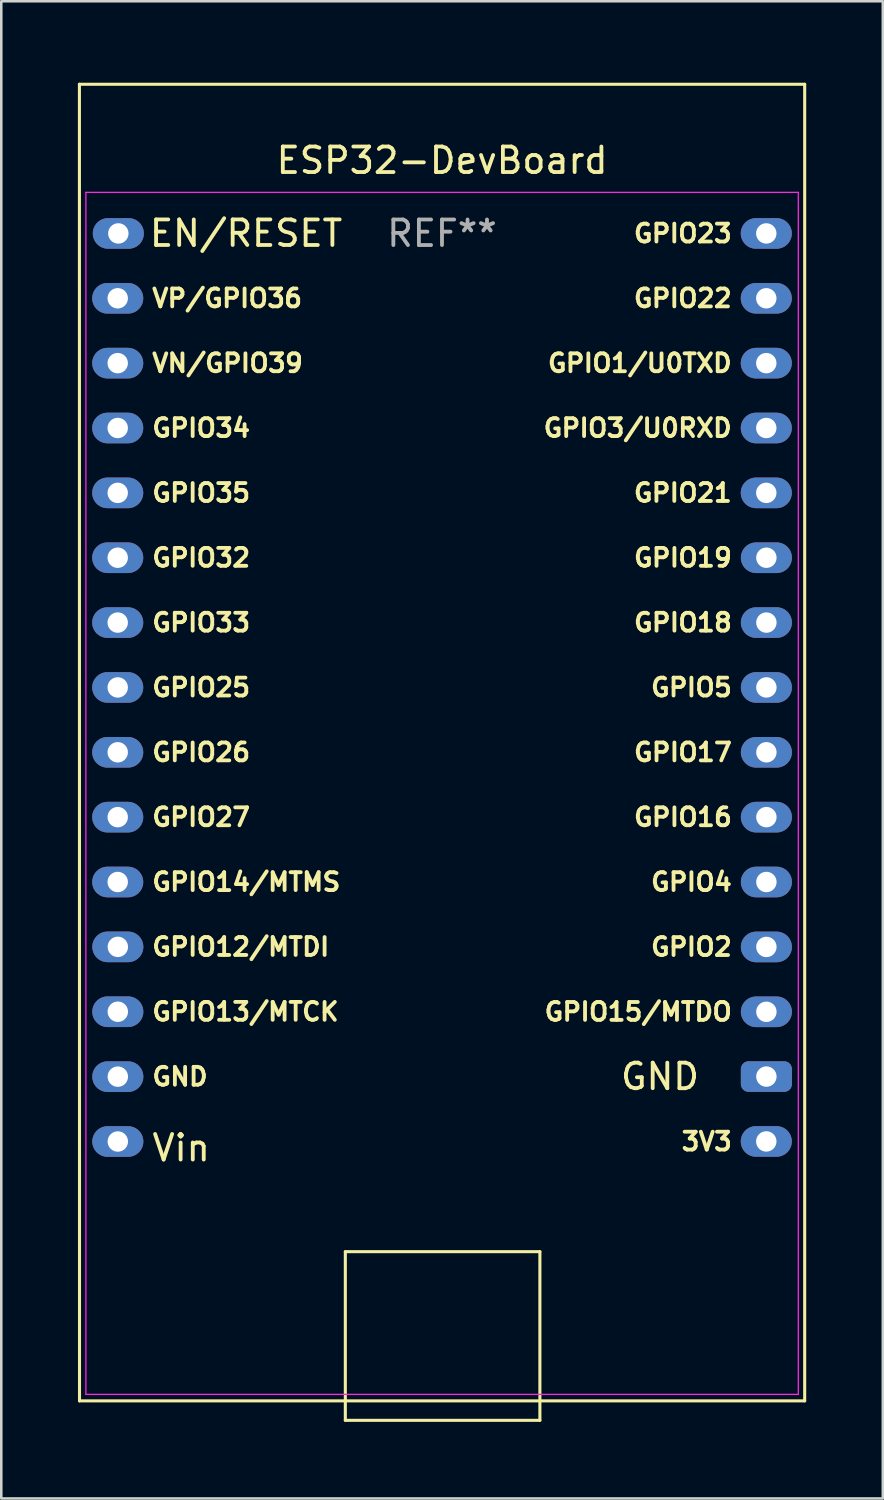
<source format=kicad_pcb>
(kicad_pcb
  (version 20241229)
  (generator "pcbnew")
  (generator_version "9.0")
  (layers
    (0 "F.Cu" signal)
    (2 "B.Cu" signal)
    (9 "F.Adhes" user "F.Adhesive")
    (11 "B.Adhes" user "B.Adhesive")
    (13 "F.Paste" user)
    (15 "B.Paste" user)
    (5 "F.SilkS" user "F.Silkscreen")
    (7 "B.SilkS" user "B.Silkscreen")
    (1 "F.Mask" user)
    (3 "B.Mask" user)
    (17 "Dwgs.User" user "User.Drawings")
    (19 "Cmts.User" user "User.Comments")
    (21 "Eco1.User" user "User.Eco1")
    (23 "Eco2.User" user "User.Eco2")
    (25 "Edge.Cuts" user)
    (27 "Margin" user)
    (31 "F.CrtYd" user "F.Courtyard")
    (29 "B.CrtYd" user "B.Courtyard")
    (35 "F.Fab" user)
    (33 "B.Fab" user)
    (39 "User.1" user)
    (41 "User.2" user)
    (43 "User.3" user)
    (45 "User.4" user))
  (footprint "ESP32-DevBoard"
    (layer "F.Cu")
    (at 0.314 0.25)
    (property "Reference" "ESP32-DevBoard" (at 13.95 2.983 0) (layer "F.SilkS") (effects (font (size 1 1) (thickness 0.15))))
    (attr through_hole)
    (fp_line (start -0.254 0) (end -0.25 51.562) (stroke (width 0.12) (type solid)) (layer "F.SilkS"))
    (fp_line (start -0.25 51.562) (end 28.15 51.562) (stroke (width 0.12) (type solid)) (layer "F.SilkS"))
    (fp_line (start 10.16 45.72) (end 17.78 45.72) (stroke (width 0.12) (type solid)) (layer "F.SilkS"))
    (fp_line (start 10.16 52.324) (end 10.16 45.72) (stroke (width 0.12) (type solid)) (layer "F.SilkS"))
    (fp_line (start 17.78 45.72) (end 17.78 52.324) (stroke (width 0.12) (type solid)) (layer "F.SilkS"))
    (fp_line (start 17.78 52.324) (end 10.16 52.324) (stroke (width 0.12) (type solid)) (layer "F.SilkS"))
    (fp_line (start 28.15 51.562) (end 28.15 0) (stroke (width 0.12) (type solid)) (layer "F.SilkS"))
    (fp_line (start 28.15 0) (end -0.254 0) (stroke (width 0.12) (type solid)) (layer "F.SilkS"))
    (fp_line (start 0 4.233) (end 27.9 4.233) (stroke (width 0.05) (type solid)) (layer "F.CrtYd"))
    (fp_line (start 0 51.308) (end 0 4.233) (stroke (width 0.05) (type solid)) (layer "F.CrtYd"))
    (fp_line (start 27.9 4.233) (end 27.9 51.308) (stroke (width 0.05) (type solid)) (layer "F.CrtYd"))
    (fp_line (start 27.9 51.308) (end 0 51.308) (stroke (width 0.05) (type solid)) (layer "F.CrtYd"))
    (fp_text user "3V3" (at 25.38 41.405 0) (unlocked yes) (layer "F.SilkS") (effects (font (size 0.7 0.7) (thickness 0.15)) (justify right)))
    (fp_text user "GPIO3/U0RXD" (at 25.376 13.462 0) (unlocked yes) (layer "F.SilkS") (effects (font (size 0.7 0.7) (thickness 0.15)) (justify right)))
    (fp_text user "GPIO18" (at 25.38 21.082 0) (unlocked yes) (layer "F.SilkS") (effects (font (size 0.7 0.7) (thickness 0.15)) (justify right)))
    (fp_text user "GPIO34" (at 2.516 13.462 0) (unlocked yes) (layer "F.SilkS") (effects (font (size 0.7 0.7) (thickness 0.15)) (justify left)))
    (fp_text user "GPIO25" (at 2.516 23.622 0) (unlocked yes) (layer "F.SilkS") (effects (font (size 0.7 0.7) (thickness 0.15)) (justify left)))
    (fp_text user "GPIO33" (at 2.516 21.082 0) (unlocked yes) (layer "F.SilkS") (effects (font (size 0.7 0.7) (thickness 0.15)) (justify left)))
    (fp_text user "GPIO13/MTCK" (at 2.516 36.322 0) (unlocked yes) (layer "F.SilkS") (effects (font (size 0.7 0.7) (thickness 0.15)) (justify left)))
    (fp_text user "GPIO17" (at 25.38 26.162 0) (unlocked yes) (layer "F.SilkS") (effects (font (size 0.7 0.7) (thickness 0.15)) (justify right)))
    (fp_text user "EN/RESET" (at 10.133 5.839 0) (unlocked yes) (layer "F.SilkS") (effects (font (size 1 1) (thickness 0.15)) (justify right)))
    (fp_text user "GPIO4" (at 25.38 31.242 0) (unlocked yes) (layer "F.SilkS") (effects (font (size 0.7 0.7) (thickness 0.15)) (justify right)))
    (fp_text user "GPIO26" (at 2.516 26.162 0) (unlocked yes) (layer "F.SilkS") (effects (font (size 0.7 0.7) (thickness 0.15)) (justify left)))
    (fp_text user "GND" (at 24.106 38.862 0) (unlocked yes) (layer "F.SilkS") (effects (font (size 1 1) (thickness 0.15)) (justify right)))
    (fp_text user "GPIO14/MTMS" (at 2.516 31.242 0) (unlocked yes) (layer "F.SilkS") (effects (font (size 0.7 0.7) (thickness 0.15)) (justify left)))
    (fp_text user "GPIO1/U0TXD" (at 25.376 10.922 0) (unlocked yes) (layer "F.SilkS") (effects (font (size 0.7 0.7) (thickness 0.15)) (justify right)))
    (fp_text user "GPIO12/MTDI" (at 2.516 33.782 0) (unlocked yes) (layer "F.SilkS") (effects (font (size 0.7 0.7) (thickness 0.15)) (justify left)))
    (fp_text user "GPIO5" (at 25.38 23.622 0) (unlocked yes) (layer "F.SilkS") (effects (font (size 0.7 0.7) (thickness 0.15)) (justify right)))
    (fp_text user "GPIO2" (at 25.38 33.785 0) (unlocked yes) (layer "F.SilkS") (effects (font (size 0.7 0.7) (thickness 0.15)) (justify right)))
    (fp_text user "GPIO21" (at 25.376 16.002 0) (unlocked yes) (layer "F.SilkS") (effects (font (size 0.7 0.7) (thickness 0.15)) (justify right)))
    (fp_text user "GPIO27" (at 2.516 28.702 0) (unlocked yes) (layer "F.SilkS") (effects (font (size 0.7 0.7) (thickness 0.15)) (justify left)))
    (fp_text user "GPIO23" (at 25.376 5.842 0) (unlocked yes) (layer "F.SilkS") (effects (font (size 0.7 0.7) (thickness 0.15)) (justify right)))
    (fp_text user "GPIO22" (at 25.376 8.382 0) (unlocked yes) (layer "F.SilkS") (effects (font (size 0.7 0.7) (thickness 0.15)) (justify right)))
    (fp_text user "VP/GPIO36" (at 2.516 8.382 0) (unlocked yes) (layer "F.SilkS") (effects (font (size 0.7 0.7) (thickness 0.15)) (justify left)))
    (fp_text user "GPIO32" (at 2.516 18.542 0) (unlocked yes) (layer "F.SilkS") (effects (font (size 0.7 0.7) (thickness 0.15)) (justify left)))
    (fp_text user "GPIO35" (at 2.516 16.002 0) (unlocked yes) (layer "F.SilkS") (effects (font (size 0.7 0.7) (thickness 0.15)) (justify left)))
    (fp_text user "GPIO16" (at 25.38 28.702 0) (unlocked yes) (layer "F.SilkS") (effects (font (size 0.7 0.7) (thickness 0.15)) (justify right)))
    (fp_text user "VN/GPIO39" (at 2.516 10.922 0) (unlocked yes) (layer "F.SilkS") (effects (font (size 0.7 0.7) (thickness 0.15)) (justify left)))
    (fp_text user "GPIO19" (at 25.38 18.542 0) (unlocked yes) (layer "F.SilkS") (effects (font (size 0.7 0.7) (thickness 0.15)) (justify right)))
    (fp_text user "GND" (at 2.52 38.865 0) (unlocked yes) (layer "F.SilkS") (effects (font (size 0.7 0.7) (thickness 0.15)) (justify left)))
    (fp_text user "Vin" (at 2.516 41.656 0) (unlocked yes) (layer "F.SilkS") (effects (font (size 1 1) (thickness 0.15)) (justify left)))
    (fp_text user "GPIO15/MTDO" (at 25.38 36.325 0) (unlocked yes) (layer "F.SilkS") (effects (font (size 0.7 0.7) (thickness 0.15)) (justify right)))
    (fp_text user "REF**" (at 13.946 5.842 0) (layer "F.Fab") (effects (font (size 1 1) (thickness 0.15))))
    (pad "1" thru_hole oval (at 1.27 5.842 270) (size 1.2 2) (drill 0.8) (layers "*.Cu" "*.Mask"))
    (pad "2" thru_hole oval (at 1.246 8.382 270) (size 1.2 2) (drill 0.8) (layers "*.Cu" "*.Mask"))
    (pad "3" thru_hole oval (at 1.246 10.922 270) (size 1.2 2) (drill 0.8) (layers "*.Cu" "*.Mask"))
    (pad "4" thru_hole oval (at 1.246 13.462 270) (size 1.2 2) (drill 0.8) (layers "*.Cu" "*.Mask"))
    (pad "5" thru_hole oval (at 1.246 16.002 270) (size 1.2 2) (drill 0.8) (layers "*.Cu" "*.Mask"))
    (pad "6" thru_hole oval (at 1.246 18.542 270) (size 1.2 2) (drill 0.8) (layers "*.Cu" "*.Mask"))
    (pad "7" thru_hole oval (at 1.246 21.082 270) (size 1.2 2) (drill 0.8) (layers "*.Cu" "*.Mask"))
    (pad "8" thru_hole oval (at 1.246 23.622 270) (size 1.2 2) (drill 0.8) (layers "*.Cu" "*.Mask"))
    (pad "9" thru_hole oval (at 1.246 26.162 270) (size 1.2 2) (drill 0.8) (layers "*.Cu" "*.Mask"))
    (pad "10" thru_hole oval (at 1.246 28.702 270) (size 1.2 2) (drill 0.8) (layers "*.Cu" "*.Mask"))
    (pad "11" thru_hole oval (at 1.246 31.242 270) (size 1.2 2) (drill 0.8) (layers "*.Cu" "*.Mask"))
    (pad "12" thru_hole oval (at 1.25 33.782 270) (size 1.2 2) (drill 0.8) (layers "*.Cu" "*.Mask"))
    (pad "13" thru_hole oval (at 1.25 36.322 270) (size 1.2 2) (drill 0.8) (layers "*.Cu" "*.Mask"))
    (pad "14" thru_hole oval (at 1.25 38.865 270) (size 1.2 2) (drill 0.8) (layers "*.Cu" "*.Mask"))
    (pad "15" thru_hole oval (at 1.25 41.405 270) (size 1.2 2) (drill 0.8) (layers "*.Cu" "*.Mask"))
    (pad "16" thru_hole oval (at 26.646 41.402 270) (size 1.2 2) (drill 0.8) (layers "*.Cu" "*.Mask"))
    (pad "17" thru_hole roundrect (at 26.65 38.862 270) (size 1.2 2) (drill 0.8) (layers "*.Cu" "*.Mask") (roundrect_rratio 0.25))
    (pad "18" thru_hole oval (at 26.65 36.325 270) (size 1.2 2) (drill 0.8) (layers "*.Cu" "*.Mask"))
    (pad "19" thru_hole oval (at 26.65 33.785 270) (size 1.2 2) (drill 0.8) (layers "*.Cu" "*.Mask"))
    (pad "20" thru_hole oval (at 26.65 31.242 270) (size 1.2 2) (drill 0.8) (layers "*.Cu" "*.Mask"))
    (pad "21" thru_hole oval (at 26.65 28.702 270) (size 1.2 2) (drill 0.8) (layers "*.Cu" "*.Mask"))
    (pad "22" thru_hole oval (at 26.65 26.162 270) (size 1.2 2) (drill 0.8) (layers "*.Cu" "*.Mask"))
    (pad "23" thru_hole oval (at 26.65 23.622 270) (size 1.2 2) (drill 0.8) (layers "*.Cu" "*.Mask"))
    (pad "24" thru_hole oval (at 26.65 21.082 270) (size 1.2 2) (drill 0.8) (layers "*.Cu" "*.Mask"))
    (pad "25" thru_hole oval (at 26.65 18.542 270) (size 1.2 2) (drill 0.8) (layers "*.Cu" "*.Mask"))
    (pad "26" thru_hole oval (at 26.646 16.002 270) (size 1.2 2) (drill 0.8) (layers "*.Cu" "*.Mask"))
    (pad "27" thru_hole oval (at 26.646 13.462 270) (size 1.2 2) (drill 0.8) (layers "*.Cu" "*.Mask"))
    (pad "28" thru_hole oval (at 26.646 10.922 270) (size 1.2 2) (drill 0.8) (layers "*.Cu" "*.Mask"))
    (pad "29" thru_hole oval (at 26.646 8.382 270) (size 1.2 2) (drill 0.8) (layers "*.Cu" "*.Mask"))
    (pad "30" thru_hole oval (at 26.646 5.842 270) (size 1.2 2) (drill 0.8) (layers "*.Cu" "*.Mask")))
  (gr_rect
    (start -3 -3)
    (end 31.524 55.634)
    (stroke (width 0.1) (type default))
    (fill no)
    (layer "Edge.Cuts")))
</source>
